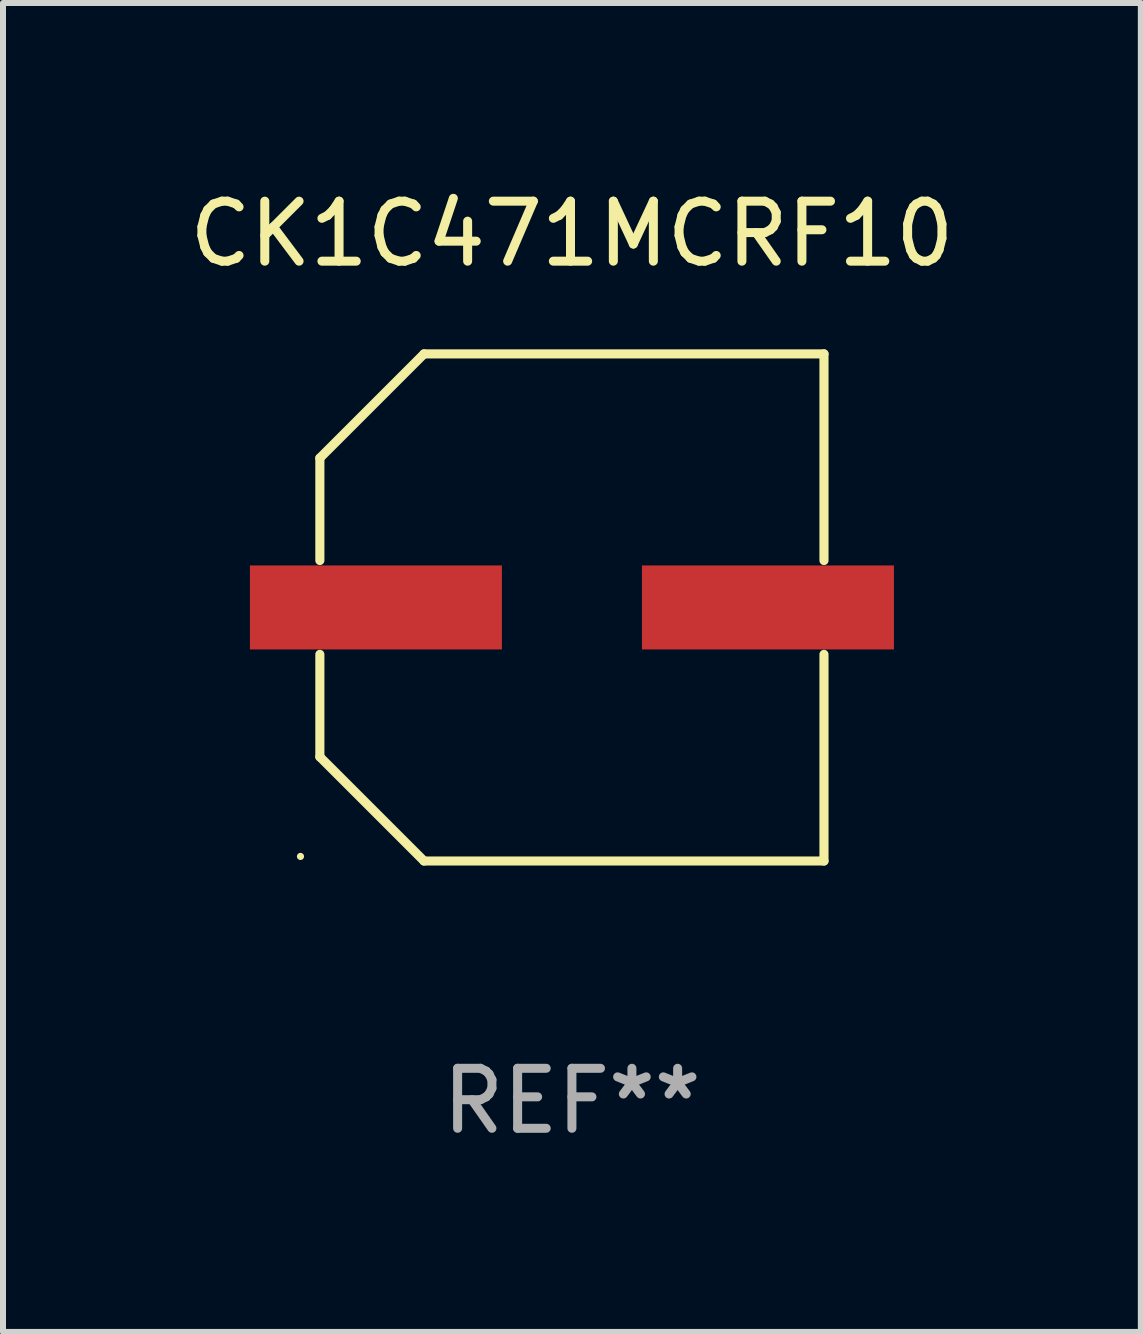
<source format=kicad_pcb>
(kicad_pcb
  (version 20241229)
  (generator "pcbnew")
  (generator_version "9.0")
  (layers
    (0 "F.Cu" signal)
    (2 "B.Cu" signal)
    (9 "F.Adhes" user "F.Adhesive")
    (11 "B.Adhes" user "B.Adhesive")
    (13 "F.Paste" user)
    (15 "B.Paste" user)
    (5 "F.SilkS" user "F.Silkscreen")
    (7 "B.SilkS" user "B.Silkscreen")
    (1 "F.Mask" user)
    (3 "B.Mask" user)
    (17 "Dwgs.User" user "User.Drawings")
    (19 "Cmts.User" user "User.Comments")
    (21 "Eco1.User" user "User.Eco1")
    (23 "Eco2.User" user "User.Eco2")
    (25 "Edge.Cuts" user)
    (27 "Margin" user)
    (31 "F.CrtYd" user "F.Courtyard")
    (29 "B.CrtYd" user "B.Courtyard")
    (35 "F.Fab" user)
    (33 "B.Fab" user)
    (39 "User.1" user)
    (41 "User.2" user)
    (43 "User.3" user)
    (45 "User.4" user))
  (footprint "CK1C471MCRF10"
    (layer "F.Cu")
    (at 6.482 7.074)
    (property "Reference" "CK1C471MCRF10" (at 0 -6.226 0) (layer "F.SilkS") (effects (font (size 1 1) (thickness 0.15))))
    (attr through_hole)
    (fp_line (start -4.201 -2.49) (end -4.201 -0.782) (stroke (width 0.152) (type solid)) (layer "F.SilkS"))
    (fp_line (start -4.201 2.49) (end -4.201 0.782) (stroke (width 0.152) (type solid)) (layer "F.SilkS"))
    (fp_line (start -2.465 -4.226) (end -4.201 -2.49) (stroke (width 0.152) (type solid)) (layer "F.SilkS"))
    (fp_line (start -2.465 4.226) (end -4.201 2.49) (stroke (width 0.152) (type solid)) (layer "F.SilkS"))
    (fp_line (start 4.201 -4.226) (end -2.465 -4.226) (stroke (width 0.152) (type solid)) (layer "F.SilkS"))
    (fp_line (start 4.201 -0.782) (end 4.201 -4.226) (stroke (width 0.152) (type solid)) (layer "F.SilkS"))
    (fp_line (start 4.201 0.782) (end 4.201 4.226) (stroke (width 0.152) (type solid)) (layer "F.SilkS"))
    (fp_line (start 4.201 4.226) (end -2.465 4.226) (stroke (width 0.152) (type solid)) (layer "F.SilkS"))
    (fp_circle (center -4.524 4.15) (end -4.494 4.15) (stroke (width 0.06) (type solid)) (fill no) (layer "F.SilkS"))
    (fp_text user "REF**" (at 0 8.226 0) (layer "F.Fab") (effects (font (size 1 1) (thickness 0.15))))
    (pad "1" smd rect (at -3.267 0) (size 4.2 1.4) (layers "F.Cu" "F.Mask" "F.Paste"))
    (pad "2" smd rect (at 3.267 0) (size 4.2 1.4) (layers "F.Cu" "F.Mask" "F.Paste")))
  (gr_rect
    (start -3 -3)
    (end 15.964 19.149)
    (stroke (width 0.1) (type default))
    (fill no)
    (layer "Edge.Cuts")))
</source>
